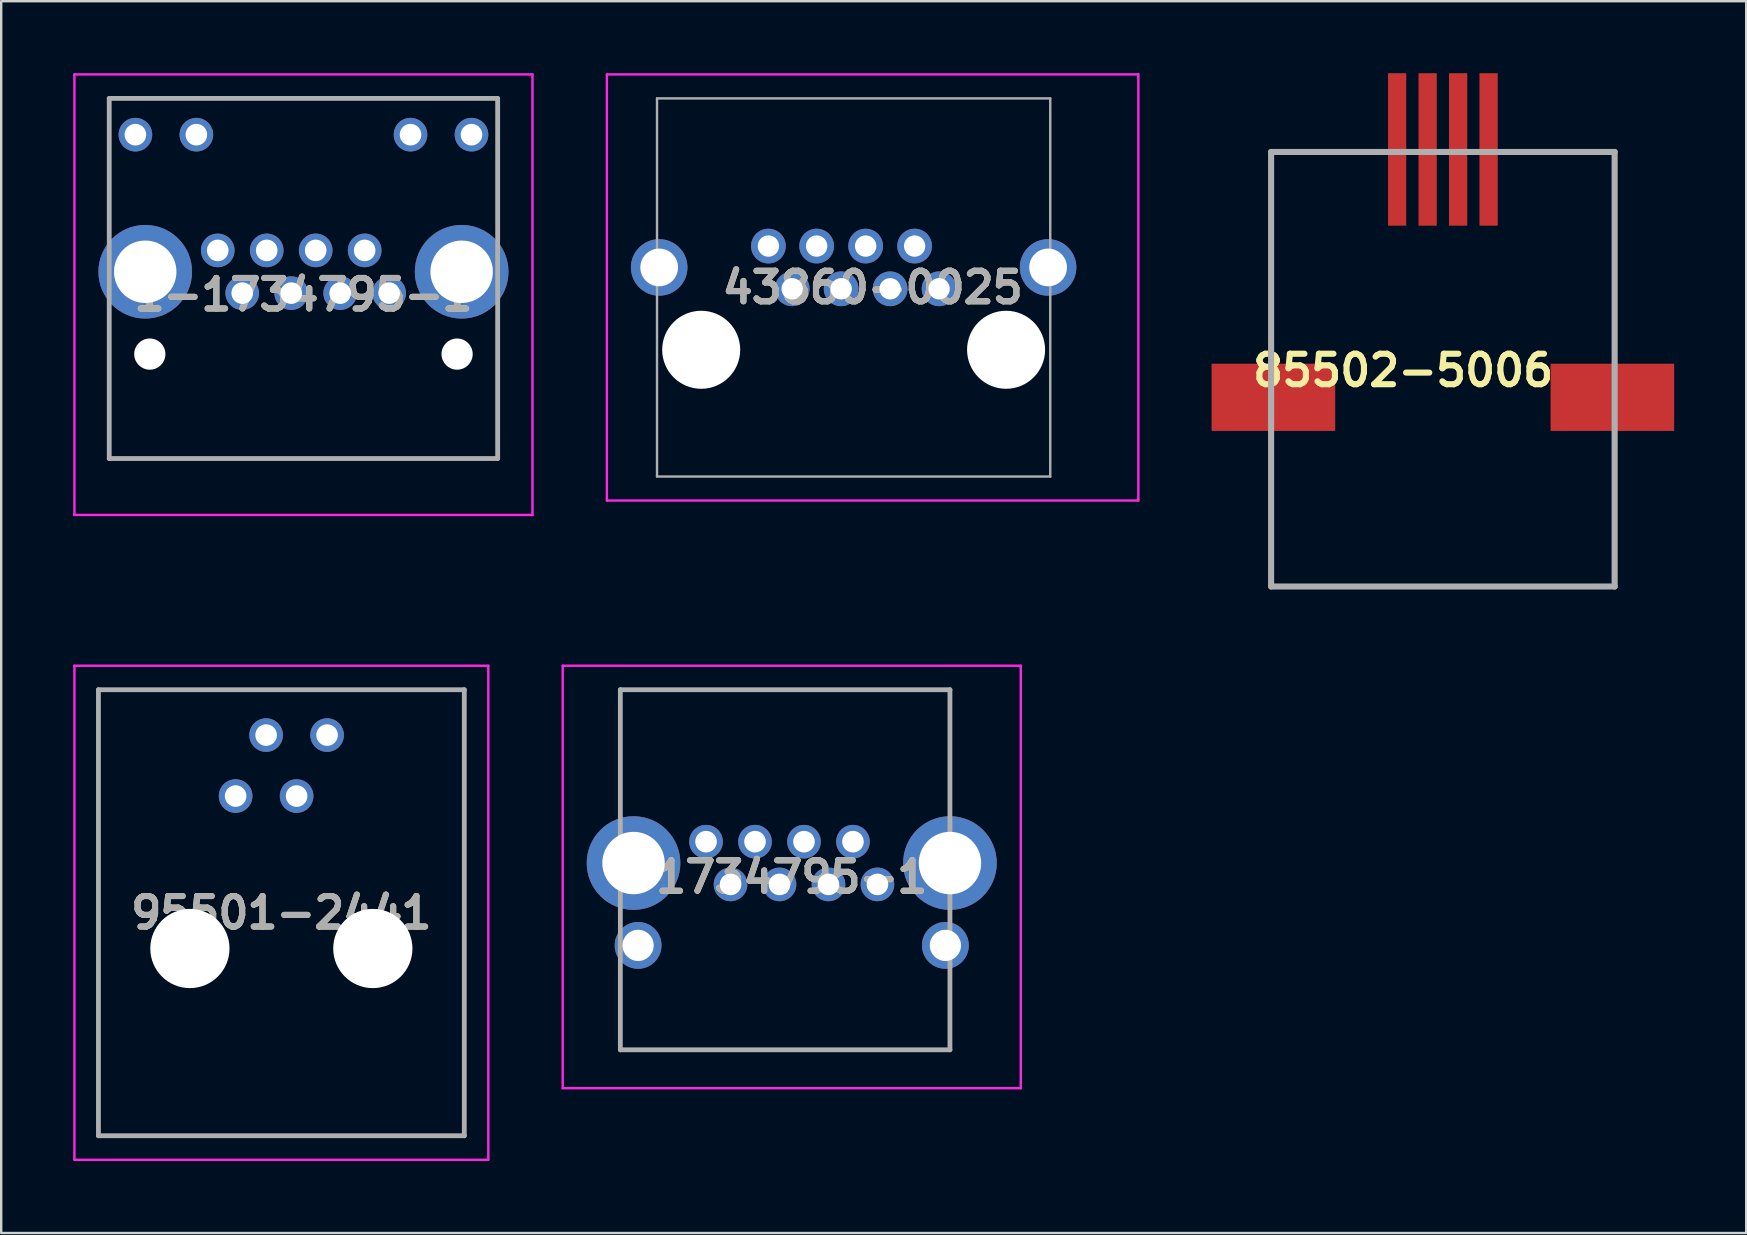
<source format=kicad_pcb>
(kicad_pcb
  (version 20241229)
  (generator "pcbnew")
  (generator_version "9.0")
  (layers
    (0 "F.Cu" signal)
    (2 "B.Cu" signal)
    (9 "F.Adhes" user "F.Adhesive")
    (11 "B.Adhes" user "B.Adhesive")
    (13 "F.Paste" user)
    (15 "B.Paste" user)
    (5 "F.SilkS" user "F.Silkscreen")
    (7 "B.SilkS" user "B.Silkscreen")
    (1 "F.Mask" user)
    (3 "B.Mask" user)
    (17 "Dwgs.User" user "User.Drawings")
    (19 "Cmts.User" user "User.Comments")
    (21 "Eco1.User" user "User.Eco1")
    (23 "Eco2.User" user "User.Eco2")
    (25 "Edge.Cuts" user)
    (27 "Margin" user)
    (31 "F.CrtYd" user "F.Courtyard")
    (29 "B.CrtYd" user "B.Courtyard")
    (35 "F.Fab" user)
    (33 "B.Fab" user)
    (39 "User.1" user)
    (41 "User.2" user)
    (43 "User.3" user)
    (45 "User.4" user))
  (footprint "95501-2441"
    (layer "F.Cu")
    (at 6.765 30.11)
    (property "Reference" "95501-2441" (at 1.905 4.86 0) (layer "F.SilkS") (effects (font (size 1.27 1.27) (thickness 0.254))))
    (attr through_hole)
    (fp_line (start -6.715 -5.43) (end 10.525 -5.43) (stroke (width 0.1) (type solid)) (layer "F.CrtYd"))
    (fp_line (start -6.715 15.15) (end -6.715 -5.43) (stroke (width 0.1) (type solid)) (layer "F.CrtYd"))
    (fp_line (start 10.525 -5.43) (end 10.525 15.15) (stroke (width 0.1) (type solid)) (layer "F.CrtYd"))
    (fp_line (start 10.525 15.15) (end -6.715 15.15) (stroke (width 0.1) (type solid)) (layer "F.CrtYd"))
    (fp_line (start -5.715 -4.43) (end 9.525 -4.43) (stroke (width 0.2) (type solid)) (layer "F.Fab"))
    (fp_line (start -5.715 14.15) (end -5.715 -4.43) (stroke (width 0.2) (type solid)) (layer "F.Fab"))
    (fp_line (start 9.525 -4.43) (end 9.525 14.15) (stroke (width 0.2) (type solid)) (layer "F.Fab"))
    (fp_line (start 9.525 14.15) (end -5.715 14.15) (stroke (width 0.2) (type solid)) (layer "F.Fab"))
    (fp_text user "${REFERENCE}" (at 1.905 4.86 0) (layer "F.Fab") (effects (font (size 1.27 1.27) (thickness 0.254))))
    (pad "" np_thru_hole circle (at -1.905 6.35) (size 3.3 3.3) (drill 3.3) (layers "*.Cu" "*.Mask"))
    (pad "" np_thru_hole circle (at 5.715 6.35) (size 3.3 3.3) (drill 3.3) (layers "*.Cu" "*.Mask"))
    (pad "1" thru_hole circle (at 0 0) (size 1.4 1.4) (drill 0.9) (layers "*.Cu" "*.Mask"))
    (pad "2" thru_hole circle (at 1.27 -2.54) (size 1.4 1.4) (drill 0.9) (layers "*.Cu" "*.Mask"))
    (pad "3" thru_hole circle (at 2.54 0) (size 1.4 1.4) (drill 0.9) (layers "*.Cu" "*.Mask"))
    (pad "4" thru_hole circle (at 3.81 -2.54) (size 1.4 1.4) (drill 0.9) (layers "*.Cu" "*.Mask")))
  (footprint "85502-5006"
    (layer "F.Cu")
    (at 49.898 21.38)
    (property "Reference" "85502-5006" (at 5.5 -9 0) (layer "F.SilkS") (effects (font (size 1.27 1.27) (thickness 0.254))))
    (attr smd)
    (fp_line (start 0 -18.1) (end 14.31 -18.1) (stroke (width 0.254) (type solid)) (layer "F.Fab"))
    (fp_line (start 0 0) (end 0 -18.1) (stroke (width 0.254) (type solid)) (layer "F.Fab"))
    (fp_line (start 14.31 -18.1) (end 14.31 0) (stroke (width 0.254) (type solid)) (layer "F.Fab"))
    (fp_line (start 14.31 0) (end 0 0) (stroke (width 0.254) (type solid)) (layer "F.Fab"))
    (pad "1" smd rect (at 5.25 -18.205) (size 0.76 6.35) (layers "F.Cu" "F.Mask" "F.Paste"))
    (pad "2" smd rect (at 6.52 -18.205) (size 0.76 6.35) (layers "F.Cu" "F.Mask" "F.Paste"))
    (pad "3" smd rect (at 7.79 -18.205) (size 0.76 6.35) (layers "F.Cu" "F.Mask" "F.Paste"))
    (pad "4" smd rect (at 9.06 -18.205) (size 0.76 6.35) (layers "F.Cu" "F.Mask" "F.Paste"))
    (pad "5" smd rect (at 0.095 -7.88 90) (size 2.8 5.15) (layers "F.Cu" "F.Mask" "F.Paste"))
    (pad "6" smd rect (at 14.215 -7.88 90) (size 2.8 5.15) (layers "F.Cu" "F.Mask" "F.Paste")))
  (footprint "1-1734795-1"
    (layer "F.Cu")
    (at 13.16 9.16)
    (property "Reference" "1-1734795-1" (at -3.57 0.065 0) (layer "F.SilkS") (effects (font (size 1.27 1.27) (thickness 0.254))))
    (attr through_hole)
    (fp_line (start -13.11 -9.11) (end 5.97 -9.11) (stroke (width 0.1) (type solid)) (layer "F.CrtYd"))
    (fp_line (start -13.11 9.24) (end -13.11 -9.11) (stroke (width 0.1) (type solid)) (layer "F.CrtYd"))
    (fp_line (start 5.97 -9.11) (end 5.97 9.24) (stroke (width 0.1) (type solid)) (layer "F.CrtYd"))
    (fp_line (start 5.97 9.24) (end -13.11 9.24) (stroke (width 0.1) (type solid)) (layer "F.CrtYd"))
    (fp_line (start -11.66 -8.11) (end 4.52 -8.11) (stroke (width 0.2) (type solid)) (layer "F.Fab"))
    (fp_line (start -11.66 6.89) (end -11.66 -8.11) (stroke (width 0.2) (type solid)) (layer "F.Fab"))
    (fp_line (start 4.52 -8.11) (end 4.52 6.89) (stroke (width 0.2) (type solid)) (layer "F.Fab"))
    (fp_line (start 4.52 6.89) (end -11.66 6.89) (stroke (width 0.2) (type solid)) (layer "F.Fab"))
    (fp_text user "${REFERENCE}" (at -3.57 0.065 0) (layer "F.Fab") (effects (font (size 1.27 1.27) (thickness 0.254))))
    (pad "" np_thru_hole circle (at -9.97 2.54) (size 1.3 1.3) (drill 1.3) (layers "*.Cu" "*.Mask"))
    (pad "" np_thru_hole circle (at 2.83 2.54) (size 1.3 1.3) (drill 1.3) (layers "*.Cu" "*.Mask"))
    (pad "1" thru_hole circle (at 0 0) (size 1.4 1.4) (drill 0.9) (layers "*.Cu" "*.Mask"))
    (pad "2" thru_hole circle (at -1.02 -1.78) (size 1.4 1.4) (drill 0.9) (layers "*.Cu" "*.Mask"))
    (pad "3" thru_hole circle (at -2.04 0) (size 1.4 1.4) (drill 0.9) (layers "*.Cu" "*.Mask"))
    (pad "4" thru_hole circle (at -3.06 -1.78) (size 1.4 1.4) (drill 0.9) (layers "*.Cu" "*.Mask"))
    (pad "5" thru_hole circle (at -4.08 0) (size 1.4 1.4) (drill 0.9) (layers "*.Cu" "*.Mask"))
    (pad "6" thru_hole circle (at -5.1 -1.78) (size 1.4 1.4) (drill 0.9) (layers "*.Cu" "*.Mask"))
    (pad "7" thru_hole circle (at -6.12 0) (size 1.4 1.4) (drill 0.9) (layers "*.Cu" "*.Mask"))
    (pad "8" thru_hole circle (at -7.14 -1.78) (size 1.4 1.4) (drill 0.9) (layers "*.Cu" "*.Mask"))
    (pad "9" thru_hole circle (at 3.43 -6.6) (size 1.4 1.4) (drill 0.9) (layers "*.Cu" "*.Mask"))
    (pad "10" thru_hole circle (at 0.89 -6.6) (size 1.4 1.4) (drill 0.9) (layers "*.Cu" "*.Mask"))
    (pad "11" thru_hole circle (at -8.03 -6.6) (size 1.4 1.4) (drill 0.9) (layers "*.Cu" "*.Mask"))
    (pad "12" thru_hole circle (at -10.57 -6.6) (size 1.4 1.4) (drill 0.9) (layers "*.Cu" "*.Mask"))
    (pad "MH1" thru_hole circle (at -10.16 -0.89) (size 3.9 3.9) (drill 2.6) (layers "*.Cu" "*.Mask"))
    (pad "MH2" thru_hole circle (at 3.02 -0.89) (size 3.9 3.9) (drill 2.6) (layers "*.Cu" "*.Mask")))
  (footprint "1734795-1"
    (layer "F.Cu")
    (at 29.93 33.48)
    (property "Reference" "1734795-1" (at 0 0 0) (layer "F.SilkS") (effects (font (size 1.27 1.27) (thickness 0.254))))
    (attr through_hole)
    (fp_line (start -9.54 -8.8) (end 9.54 -8.8) (stroke (width 0.1) (type solid)) (layer "F.CrtYd"))
    (fp_line (start -9.54 8.8) (end -9.54 -8.8) (stroke (width 0.1) (type solid)) (layer "F.CrtYd"))
    (fp_line (start 9.54 -8.8) (end 9.54 8.8) (stroke (width 0.1) (type solid)) (layer "F.CrtYd"))
    (fp_line (start 9.54 8.8) (end -9.54 8.8) (stroke (width 0.1) (type solid)) (layer "F.CrtYd"))
    (fp_line (start -7.14 -7.8) (end 6.59 -7.8) (stroke (width 0.2) (type solid)) (layer "F.Fab"))
    (fp_line (start -7.14 7.2) (end -7.14 -7.8) (stroke (width 0.2) (type solid)) (layer "F.Fab"))
    (fp_line (start 6.59 -7.8) (end 6.59 7.2) (stroke (width 0.2) (type solid)) (layer "F.Fab"))
    (fp_line (start 6.59 7.2) (end -7.14 7.2) (stroke (width 0.2) (type solid)) (layer "F.Fab"))
    (fp_text user "${REFERENCE}" (at 0 0 0) (layer "F.Fab") (effects (font (size 1.27 1.27) (thickness 0.254))))
    (pad "1" thru_hole circle (at 3.57 0.31) (size 1.4 1.4) (drill 0.9) (layers "*.Cu" "*.Mask"))
    (pad "2" thru_hole circle (at 2.55 -1.47) (size 1.4 1.4) (drill 0.9) (layers "*.Cu" "*.Mask"))
    (pad "3" thru_hole circle (at 1.53 0.31) (size 1.4 1.4) (drill 0.9) (layers "*.Cu" "*.Mask"))
    (pad "4" thru_hole circle (at 0.51 -1.47) (size 1.4 1.4) (drill 0.9) (layers "*.Cu" "*.Mask"))
    (pad "5" thru_hole circle (at -0.51 0.31) (size 1.4 1.4) (drill 0.9) (layers "*.Cu" "*.Mask"))
    (pad "6" thru_hole circle (at -1.53 -1.47) (size 1.4 1.4) (drill 0.9) (layers "*.Cu" "*.Mask"))
    (pad "7" thru_hole circle (at -2.55 0.31) (size 1.4 1.4) (drill 0.9) (layers "*.Cu" "*.Mask"))
    (pad "8" thru_hole circle (at -3.57 -1.47) (size 1.4 1.4) (drill 0.9) (layers "*.Cu" "*.Mask"))
    (pad "9" thru_hole circle (at -6.59 -0.58) (size 3.9 3.9) (drill 2.6) (layers "*.Cu" "*.Mask"))
    (pad "10" thru_hole circle (at 6.59 -0.58) (size 3.9 3.9) (drill 2.6) (layers "*.Cu" "*.Mask"))
    (pad "11" thru_hole circle (at -6.4 2.85) (size 1.95 1.95) (drill 1.3) (layers "*.Cu" "*.Mask"))
    (pad "12" thru_hole circle (at 6.4 2.85) (size 1.95 1.95) (drill 1.3) (layers "*.Cu" "*.Mask")))
  (footprint "43860-0025"
    (layer "F.Cu")
    (at 36.068 8.98)
    (property "Reference" "43860-0025" (at -2.769 -0.055 0) (layer "F.SilkS") (effects (font (size 1.27 1.27) (thickness 0.254))))
    (attr through_hole)
    (fp_line (start -13.838 -8.93) (end 8.3 -8.93) (stroke (width 0.1) (type solid)) (layer "F.CrtYd"))
    (fp_line (start -13.838 8.82) (end -13.838 -8.93) (stroke (width 0.1) (type solid)) (layer "F.CrtYd"))
    (fp_line (start 8.3 -8.93) (end 8.3 8.82) (stroke (width 0.1) (type solid)) (layer "F.CrtYd"))
    (fp_line (start 8.3 8.82) (end -13.838 8.82) (stroke (width 0.1) (type solid)) (layer "F.CrtYd"))
    (fp_line (start -11.75 -7.93) (end 4.63 -7.93) (stroke (width 0.1) (type solid)) (layer "F.Fab"))
    (fp_line (start -11.75 7.82) (end -11.75 -7.93) (stroke (width 0.1) (type solid)) (layer "F.Fab"))
    (fp_line (start 4.63 -7.93) (end 4.63 7.82) (stroke (width 0.1) (type solid)) (layer "F.Fab"))
    (fp_line (start 4.63 7.82) (end -11.75 7.82) (stroke (width 0.1) (type solid)) (layer "F.Fab"))
    (fp_text user "${REFERENCE}" (at -2.769 -0.055 0) (layer "F.Fab") (effects (font (size 1.27 1.27) (thickness 0.254))))
    (pad "" np_thru_hole circle (at -9.91 2.54) (size 3.25 3.25) (drill 3.25) (layers "*.Cu" "*.Mask"))
    (pad "" np_thru_hole circle (at 2.79 2.54) (size 3.25 3.25) (drill 3.25) (layers "*.Cu" "*.Mask"))
    (pad "1" thru_hole circle (at 0 0) (size 1.446 1.446) (drill 0.89) (layers "*.Cu" "*.Mask"))
    (pad "2" thru_hole circle (at -1.02 -1.78) (size 1.446 1.446) (drill 0.89) (layers "*.Cu" "*.Mask"))
    (pad "3" thru_hole circle (at -2.04 0) (size 1.446 1.446) (drill 0.89) (layers "*.Cu" "*.Mask"))
    (pad "4" thru_hole circle (at -3.06 -1.78) (size 1.446 1.446) (drill 0.89) (layers "*.Cu" "*.Mask"))
    (pad "5" thru_hole circle (at -4.08 0) (size 1.446 1.446) (drill 0.89) (layers "*.Cu" "*.Mask"))
    (pad "6" thru_hole circle (at -5.1 -1.78) (size 1.446 1.446) (drill 0.89) (layers "*.Cu" "*.Mask"))
    (pad "7" thru_hole circle (at -6.12 0) (size 1.446 1.446) (drill 0.89) (layers "*.Cu" "*.Mask"))
    (pad "8" thru_hole circle (at -7.11 -1.78) (size 1.446 1.446) (drill 0.89) (layers "*.Cu" "*.Mask"))
    (pad "MH1" thru_hole circle (at 4.54 -0.89) (size 2.355 2.355) (drill 1.57) (layers "*.Cu" "*.Mask"))
    (pad "MH2" thru_hole circle (at -11.66 -0.89) (size 2.355 2.355) (drill 1.57) (layers "*.Cu" "*.Mask")))
  (gr_rect
    (start -3 -3)
    (end 69.688 48.31)
    (stroke (width 0.1) (type default))
    (fill no)
    (layer "Edge.Cuts")))
</source>
